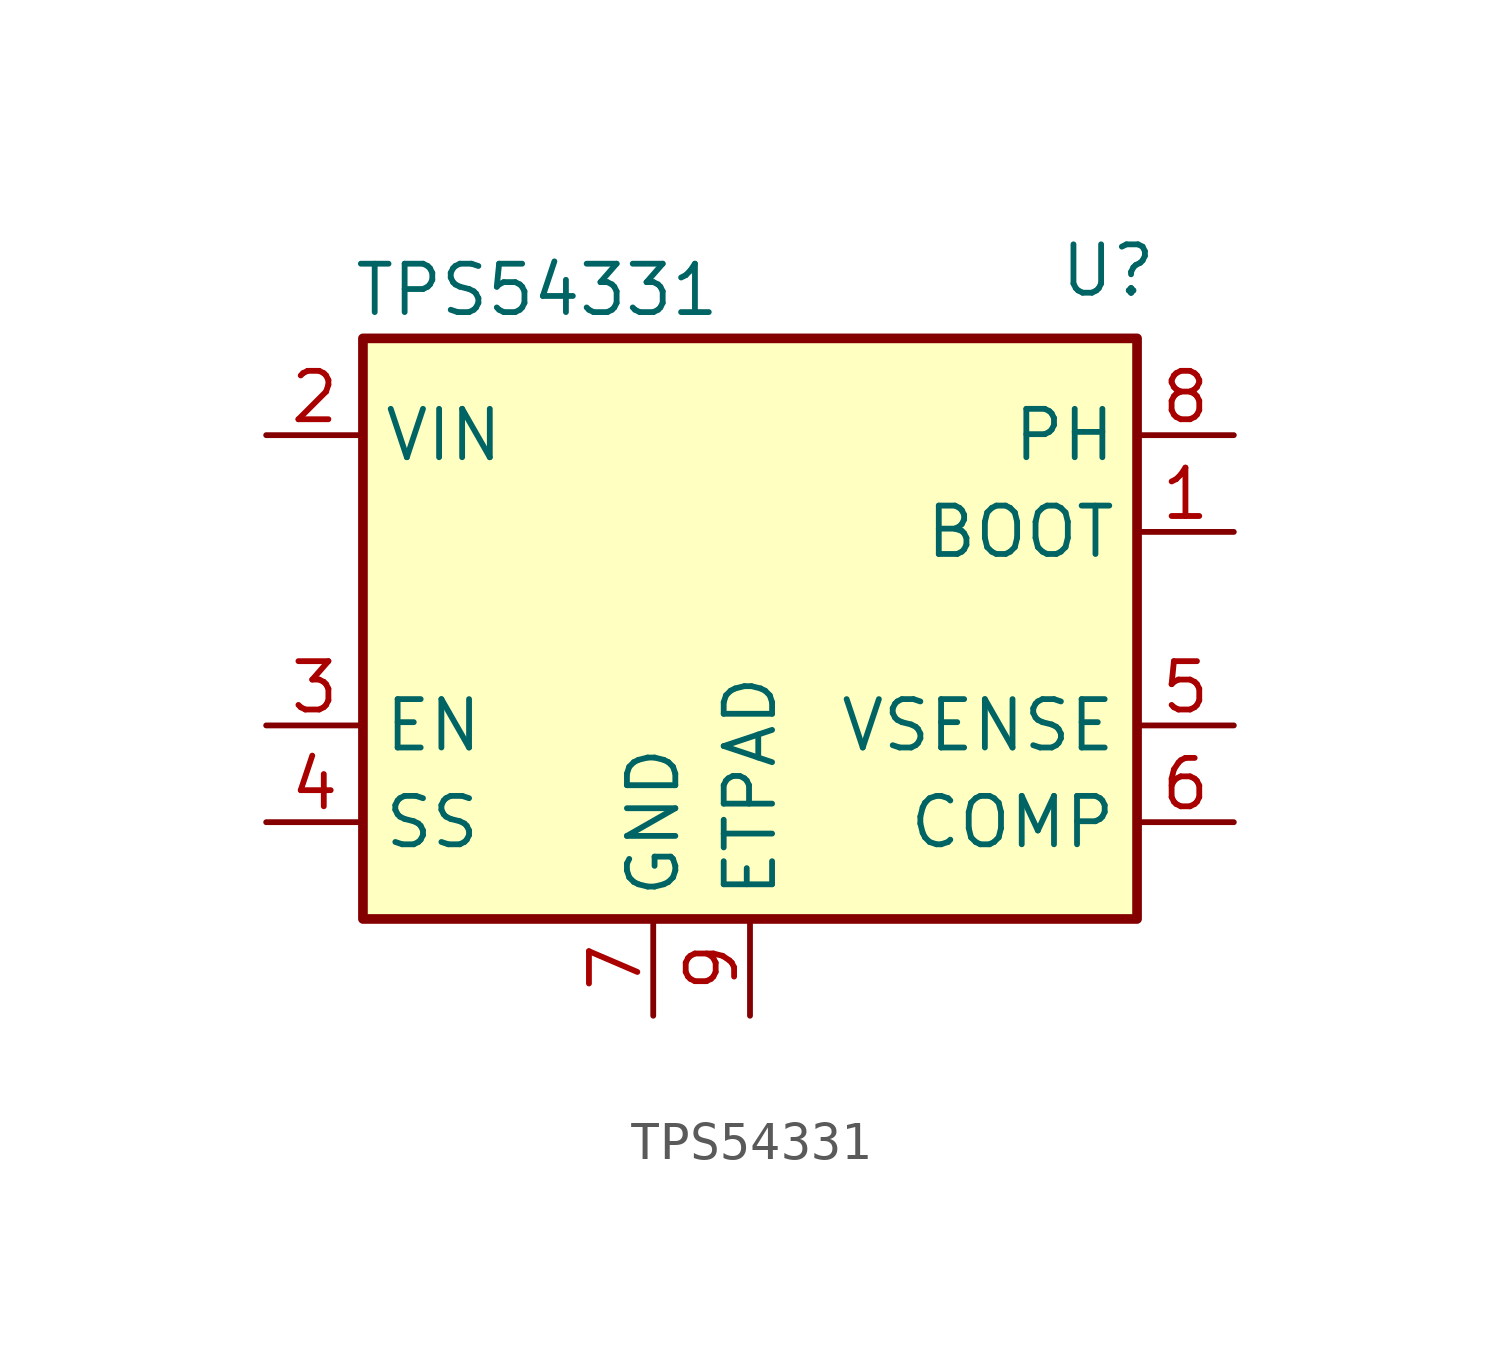
<source format=kicad_sym>
(kicad_symbol_lib
  (version 20231120)
  (generator "kicad_symbol_editor")
  (generator_version "8.0")
  (symbol "TPS54331"
    (property "Reference" "U"
      (at 9.398 9.398 0)
      (effects (font (size 1.27 1.27))))
    (property "Value" "TPS54331"
      (at -5.588 8.89 0)
      (effects (font (size 1.27 1.27))))
    (symbol "TPS54331_1_1"
      (rectangle (start -10.16 7.62) (end 10.16 -7.62) (stroke (width 0.254) (type default)) (fill (type background)))
      (pin output line (at 12.7 2.54 180) (length 2.54) (name "BOOT" (effects (font (size 1.27 1.27)))) (number "1" (effects (font (size 1.27 1.27)))))
      (pin power_in line (at -12.7 5.08 0) (length 2.54) (name "VIN" (effects (font (size 1.27 1.27)))) (number "2" (effects (font (size 1.27 1.27)))))
      (pin input line (at -12.7 -2.54 0) (length 2.54) (name "EN" (effects (font (size 1.27 1.27)))) (number "3" (effects (font (size 1.27 1.27)))))
      (pin output line (at -12.7 -5.08 0) (length 2.54) (name "SS" (effects (font (size 1.27 1.27)))) (number "4" (effects (font (size 1.27 1.27)))))
      (pin input line (at 12.7 -2.54 180) (length 2.54) (name "VSENSE" (effects (font (size 1.27 1.27)))) (number "5" (effects (font (size 1.27 1.27)))))
      (pin output line (at 12.7 -5.08 180) (length 2.54) (name "COMP" (effects (font (size 1.27 1.27)))) (number "6" (effects (font (size 1.27 1.27)))))
      (pin power_in line (at -2.54 -10.16 90) (length 2.54) (name "GND" (effects (font (size 1.27 1.27)))) (number "7" (effects (font (size 1.27 1.27)))))
      (pin output line (at 12.7 5.08 180) (length 2.54) (name "PH" (effects (font (size 1.27 1.27)))) (number "8" (effects (font (size 1.27 1.27)))))
      (pin power_in line (at 0 -10.16 90) (length 2.54) (name "ETPAD" (effects (font (size 1.27 1.27)))) (number "9" (effects (font (size 1.27 1.27))))))))
</source>
